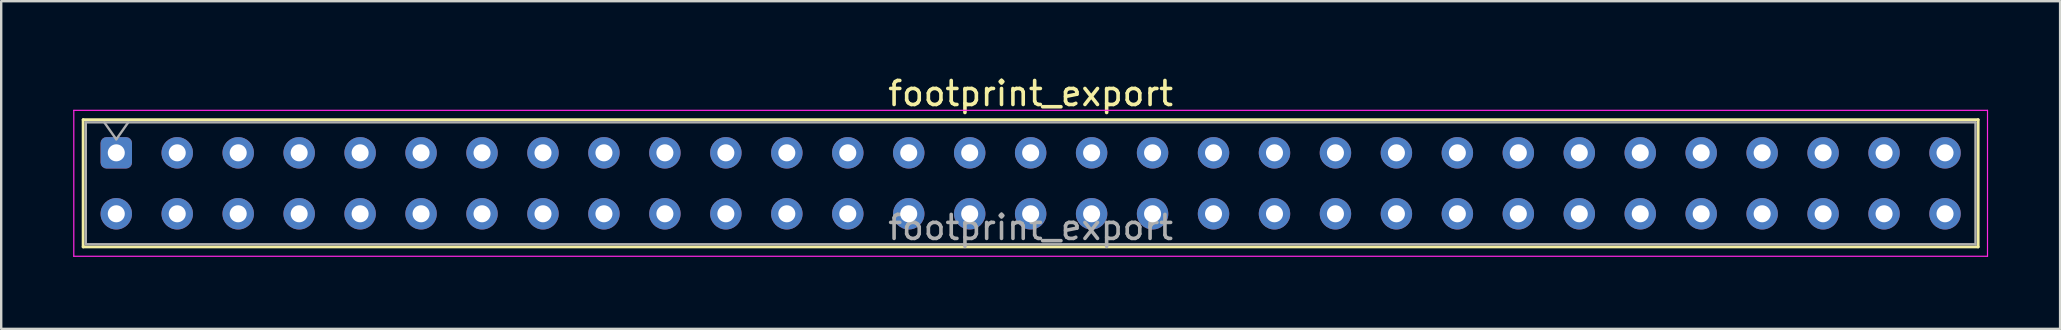
<source format=kicad_pcb>
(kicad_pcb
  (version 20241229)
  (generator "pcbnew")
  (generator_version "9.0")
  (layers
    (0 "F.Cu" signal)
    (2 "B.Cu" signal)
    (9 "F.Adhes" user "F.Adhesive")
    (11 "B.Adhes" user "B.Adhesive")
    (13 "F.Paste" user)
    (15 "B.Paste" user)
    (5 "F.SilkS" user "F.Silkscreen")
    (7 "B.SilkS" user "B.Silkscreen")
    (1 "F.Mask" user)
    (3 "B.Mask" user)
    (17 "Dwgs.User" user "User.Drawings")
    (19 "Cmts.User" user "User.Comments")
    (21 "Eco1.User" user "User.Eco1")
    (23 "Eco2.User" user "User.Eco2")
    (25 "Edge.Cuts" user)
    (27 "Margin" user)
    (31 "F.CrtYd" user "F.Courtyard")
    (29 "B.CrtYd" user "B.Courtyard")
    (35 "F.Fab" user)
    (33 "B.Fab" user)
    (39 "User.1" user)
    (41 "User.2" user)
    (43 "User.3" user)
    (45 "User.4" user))
  (footprint "footprint_export"
    (layer "F.Cu")
    (at 1.795 3.318)
    (property "Reference" "footprint_export" (at 38.1 -2.47 0) (layer "F.SilkS") (effects (font (size 1 1) (thickness 0.15))))
    (attr through_hole)
    (fp_line (start -1.38 -1.38) (end 77.58 -1.38) (stroke (width 0.12) (type solid)) (layer "F.SilkS"))
    (fp_line (start -1.38 3.92) (end -1.38 -1.38) (stroke (width 0.12) (type solid)) (layer "F.SilkS"))
    (fp_line (start 77.58 -1.38) (end 77.58 3.92) (stroke (width 0.12) (type solid)) (layer "F.SilkS"))
    (fp_line (start 77.58 3.92) (end -1.38 3.92) (stroke (width 0.12) (type solid)) (layer "F.SilkS"))
    (fp_line (start -1.77 -1.77) (end 77.97 -1.77) (stroke (width 0.05) (type solid)) (layer "F.CrtYd"))
    (fp_line (start -1.77 4.31) (end -1.77 -1.77) (stroke (width 0.05) (type solid)) (layer "F.CrtYd"))
    (fp_line (start 77.97 -1.77) (end 77.97 4.31) (stroke (width 0.05) (type solid)) (layer "F.CrtYd"))
    (fp_line (start 77.97 4.31) (end -1.77 4.31) (stroke (width 0.05) (type solid)) (layer "F.CrtYd"))
    (fp_line (start -1.27 -1.27) (end 77.47 -1.27) (stroke (width 0.1) (type solid)) (layer "F.Fab"))
    (fp_line (start -1.27 3.81) (end -1.27 -1.27) (stroke (width 0.1) (type solid)) (layer "F.Fab"))
    (fp_line (start -0.5 -1.27) (end 0 -0.563) (stroke (width 0.1) (type solid)) (layer "F.Fab"))
    (fp_line (start 0 -0.563) (end 0.5 -1.27) (stroke (width 0.1) (type solid)) (layer "F.Fab"))
    (fp_line (start 77.47 -1.27) (end 77.47 3.81) (stroke (width 0.1) (type solid)) (layer "F.Fab"))
    (fp_line (start 77.47 3.81) (end -1.27 3.81) (stroke (width 0.1) (type solid)) (layer "F.Fab"))
    (fp_text user "${REFERENCE}" (at 38.1 3.11 0) (layer "F.Fab") (effects (font (size 1 1) (thickness 0.15))))
    (pad "1" thru_hole roundrect (at 0 0) (size 1.31 1.31) (drill 0.71) (layers "*.Cu" "*.Mask") (roundrect_rratio 0.191))
    (pad "2" thru_hole circle (at 0 2.54) (size 1.31 1.31) (drill 0.71) (layers "*.Cu" "*.Mask"))
    (pad "3" thru_hole circle (at 2.54 0) (size 1.31 1.31) (drill 0.71) (layers "*.Cu" "*.Mask"))
    (pad "4" thru_hole circle (at 2.54 2.54) (size 1.31 1.31) (drill 0.71) (layers "*.Cu" "*.Mask"))
    (pad "5" thru_hole circle (at 5.08 0) (size 1.31 1.31) (drill 0.71) (layers "*.Cu" "*.Mask"))
    (pad "6" thru_hole circle (at 5.08 2.54) (size 1.31 1.31) (drill 0.71) (layers "*.Cu" "*.Mask"))
    (pad "7" thru_hole circle (at 7.62 0) (size 1.31 1.31) (drill 0.71) (layers "*.Cu" "*.Mask"))
    (pad "8" thru_hole circle (at 7.62 2.54) (size 1.31 1.31) (drill 0.71) (layers "*.Cu" "*.Mask"))
    (pad "9" thru_hole circle (at 10.16 0) (size 1.31 1.31) (drill 0.71) (layers "*.Cu" "*.Mask"))
    (pad "10" thru_hole circle (at 10.16 2.54) (size 1.31 1.31) (drill 0.71) (layers "*.Cu" "*.Mask"))
    (pad "11" thru_hole circle (at 12.7 0) (size 1.31 1.31) (drill 0.71) (layers "*.Cu" "*.Mask"))
    (pad "12" thru_hole circle (at 12.7 2.54) (size 1.31 1.31) (drill 0.71) (layers "*.Cu" "*.Mask"))
    (pad "13" thru_hole circle (at 15.24 0) (size 1.31 1.31) (drill 0.71) (layers "*.Cu" "*.Mask"))
    (pad "14" thru_hole circle (at 15.24 2.54) (size 1.31 1.31) (drill 0.71) (layers "*.Cu" "*.Mask"))
    (pad "15" thru_hole circle (at 17.78 0) (size 1.31 1.31) (drill 0.71) (layers "*.Cu" "*.Mask"))
    (pad "16" thru_hole circle (at 17.78 2.54) (size 1.31 1.31) (drill 0.71) (layers "*.Cu" "*.Mask"))
    (pad "17" thru_hole circle (at 20.32 0) (size 1.31 1.31) (drill 0.71) (layers "*.Cu" "*.Mask"))
    (pad "18" thru_hole circle (at 20.32 2.54) (size 1.31 1.31) (drill 0.71) (layers "*.Cu" "*.Mask"))
    (pad "19" thru_hole circle (at 22.86 0) (size 1.31 1.31) (drill 0.71) (layers "*.Cu" "*.Mask"))
    (pad "20" thru_hole circle (at 22.86 2.54) (size 1.31 1.31) (drill 0.71) (layers "*.Cu" "*.Mask"))
    (pad "21" thru_hole circle (at 25.4 0) (size 1.31 1.31) (drill 0.71) (layers "*.Cu" "*.Mask"))
    (pad "22" thru_hole circle (at 25.4 2.54) (size 1.31 1.31) (drill 0.71) (layers "*.Cu" "*.Mask"))
    (pad "23" thru_hole circle (at 27.94 0) (size 1.31 1.31) (drill 0.71) (layers "*.Cu" "*.Mask"))
    (pad "24" thru_hole circle (at 27.94 2.54) (size 1.31 1.31) (drill 0.71) (layers "*.Cu" "*.Mask"))
    (pad "25" thru_hole circle (at 30.48 0) (size 1.31 1.31) (drill 0.71) (layers "*.Cu" "*.Mask"))
    (pad "26" thru_hole circle (at 30.48 2.54) (size 1.31 1.31) (drill 0.71) (layers "*.Cu" "*.Mask"))
    (pad "27" thru_hole circle (at 33.02 0) (size 1.31 1.31) (drill 0.71) (layers "*.Cu" "*.Mask"))
    (pad "28" thru_hole circle (at 33.02 2.54) (size 1.31 1.31) (drill 0.71) (layers "*.Cu" "*.Mask"))
    (pad "29" thru_hole circle (at 35.56 0) (size 1.31 1.31) (drill 0.71) (layers "*.Cu" "*.Mask"))
    (pad "30" thru_hole circle (at 35.56 2.54) (size 1.31 1.31) (drill 0.71) (layers "*.Cu" "*.Mask"))
    (pad "31" thru_hole circle (at 38.1 0) (size 1.31 1.31) (drill 0.71) (layers "*.Cu" "*.Mask"))
    (pad "32" thru_hole circle (at 38.1 2.54) (size 1.31 1.31) (drill 0.71) (layers "*.Cu" "*.Mask"))
    (pad "33" thru_hole circle (at 40.64 0) (size 1.31 1.31) (drill 0.71) (layers "*.Cu" "*.Mask"))
    (pad "34" thru_hole circle (at 40.64 2.54) (size 1.31 1.31) (drill 0.71) (layers "*.Cu" "*.Mask"))
    (pad "35" thru_hole circle (at 43.18 0) (size 1.31 1.31) (drill 0.71) (layers "*.Cu" "*.Mask"))
    (pad "36" thru_hole circle (at 43.18 2.54) (size 1.31 1.31) (drill 0.71) (layers "*.Cu" "*.Mask"))
    (pad "37" thru_hole circle (at 45.72 0) (size 1.31 1.31) (drill 0.71) (layers "*.Cu" "*.Mask"))
    (pad "38" thru_hole circle (at 45.72 2.54) (size 1.31 1.31) (drill 0.71) (layers "*.Cu" "*.Mask"))
    (pad "39" thru_hole circle (at 48.26 0) (size 1.31 1.31) (drill 0.71) (layers "*.Cu" "*.Mask"))
    (pad "40" thru_hole circle (at 48.26 2.54) (size 1.31 1.31) (drill 0.71) (layers "*.Cu" "*.Mask"))
    (pad "41" thru_hole circle (at 50.8 0) (size 1.31 1.31) (drill 0.71) (layers "*.Cu" "*.Mask"))
    (pad "42" thru_hole circle (at 50.8 2.54) (size 1.31 1.31) (drill 0.71) (layers "*.Cu" "*.Mask"))
    (pad "43" thru_hole circle (at 53.34 0) (size 1.31 1.31) (drill 0.71) (layers "*.Cu" "*.Mask"))
    (pad "44" thru_hole circle (at 53.34 2.54) (size 1.31 1.31) (drill 0.71) (layers "*.Cu" "*.Mask"))
    (pad "45" thru_hole circle (at 55.88 0) (size 1.31 1.31) (drill 0.71) (layers "*.Cu" "*.Mask"))
    (pad "46" thru_hole circle (at 55.88 2.54) (size 1.31 1.31) (drill 0.71) (layers "*.Cu" "*.Mask"))
    (pad "47" thru_hole circle (at 58.42 0) (size 1.31 1.31) (drill 0.71) (layers "*.Cu" "*.Mask"))
    (pad "48" thru_hole circle (at 58.42 2.54) (size 1.31 1.31) (drill 0.71) (layers "*.Cu" "*.Mask"))
    (pad "49" thru_hole circle (at 60.96 0) (size 1.31 1.31) (drill 0.71) (layers "*.Cu" "*.Mask"))
    (pad "50" thru_hole circle (at 60.96 2.54) (size 1.31 1.31) (drill 0.71) (layers "*.Cu" "*.Mask"))
    (pad "51" thru_hole circle (at 63.5 0) (size 1.31 1.31) (drill 0.71) (layers "*.Cu" "*.Mask"))
    (pad "52" thru_hole circle (at 63.5 2.54) (size 1.31 1.31) (drill 0.71) (layers "*.Cu" "*.Mask"))
    (pad "53" thru_hole circle (at 66.04 0) (size 1.31 1.31) (drill 0.71) (layers "*.Cu" "*.Mask"))
    (pad "54" thru_hole circle (at 66.04 2.54) (size 1.31 1.31) (drill 0.71) (layers "*.Cu" "*.Mask"))
    (pad "55" thru_hole circle (at 68.58 0) (size 1.31 1.31) (drill 0.71) (layers "*.Cu" "*.Mask"))
    (pad "56" thru_hole circle (at 68.58 2.54) (size 1.31 1.31) (drill 0.71) (layers "*.Cu" "*.Mask"))
    (pad "57" thru_hole circle (at 71.12 0) (size 1.31 1.31) (drill 0.71) (layers "*.Cu" "*.Mask"))
    (pad "58" thru_hole circle (at 71.12 2.54) (size 1.31 1.31) (drill 0.71) (layers "*.Cu" "*.Mask"))
    (pad "59" thru_hole circle (at 73.66 0) (size 1.31 1.31) (drill 0.71) (layers "*.Cu" "*.Mask"))
    (pad "60" thru_hole circle (at 73.66 2.54) (size 1.31 1.31) (drill 0.71) (layers "*.Cu" "*.Mask"))
    (pad "61" thru_hole circle (at 76.2 0) (size 1.31 1.31) (drill 0.71) (layers "*.Cu" "*.Mask"))
    (pad "62" thru_hole circle (at 76.2 2.54) (size 1.31 1.31) (drill 0.71) (layers "*.Cu" "*.Mask")))
  (gr_rect
    (start -3 -3)
    (end 82.79 10.653)
    (stroke (width 0.1) (type default))
    (fill no)
    (layer "Edge.Cuts")))
</source>
